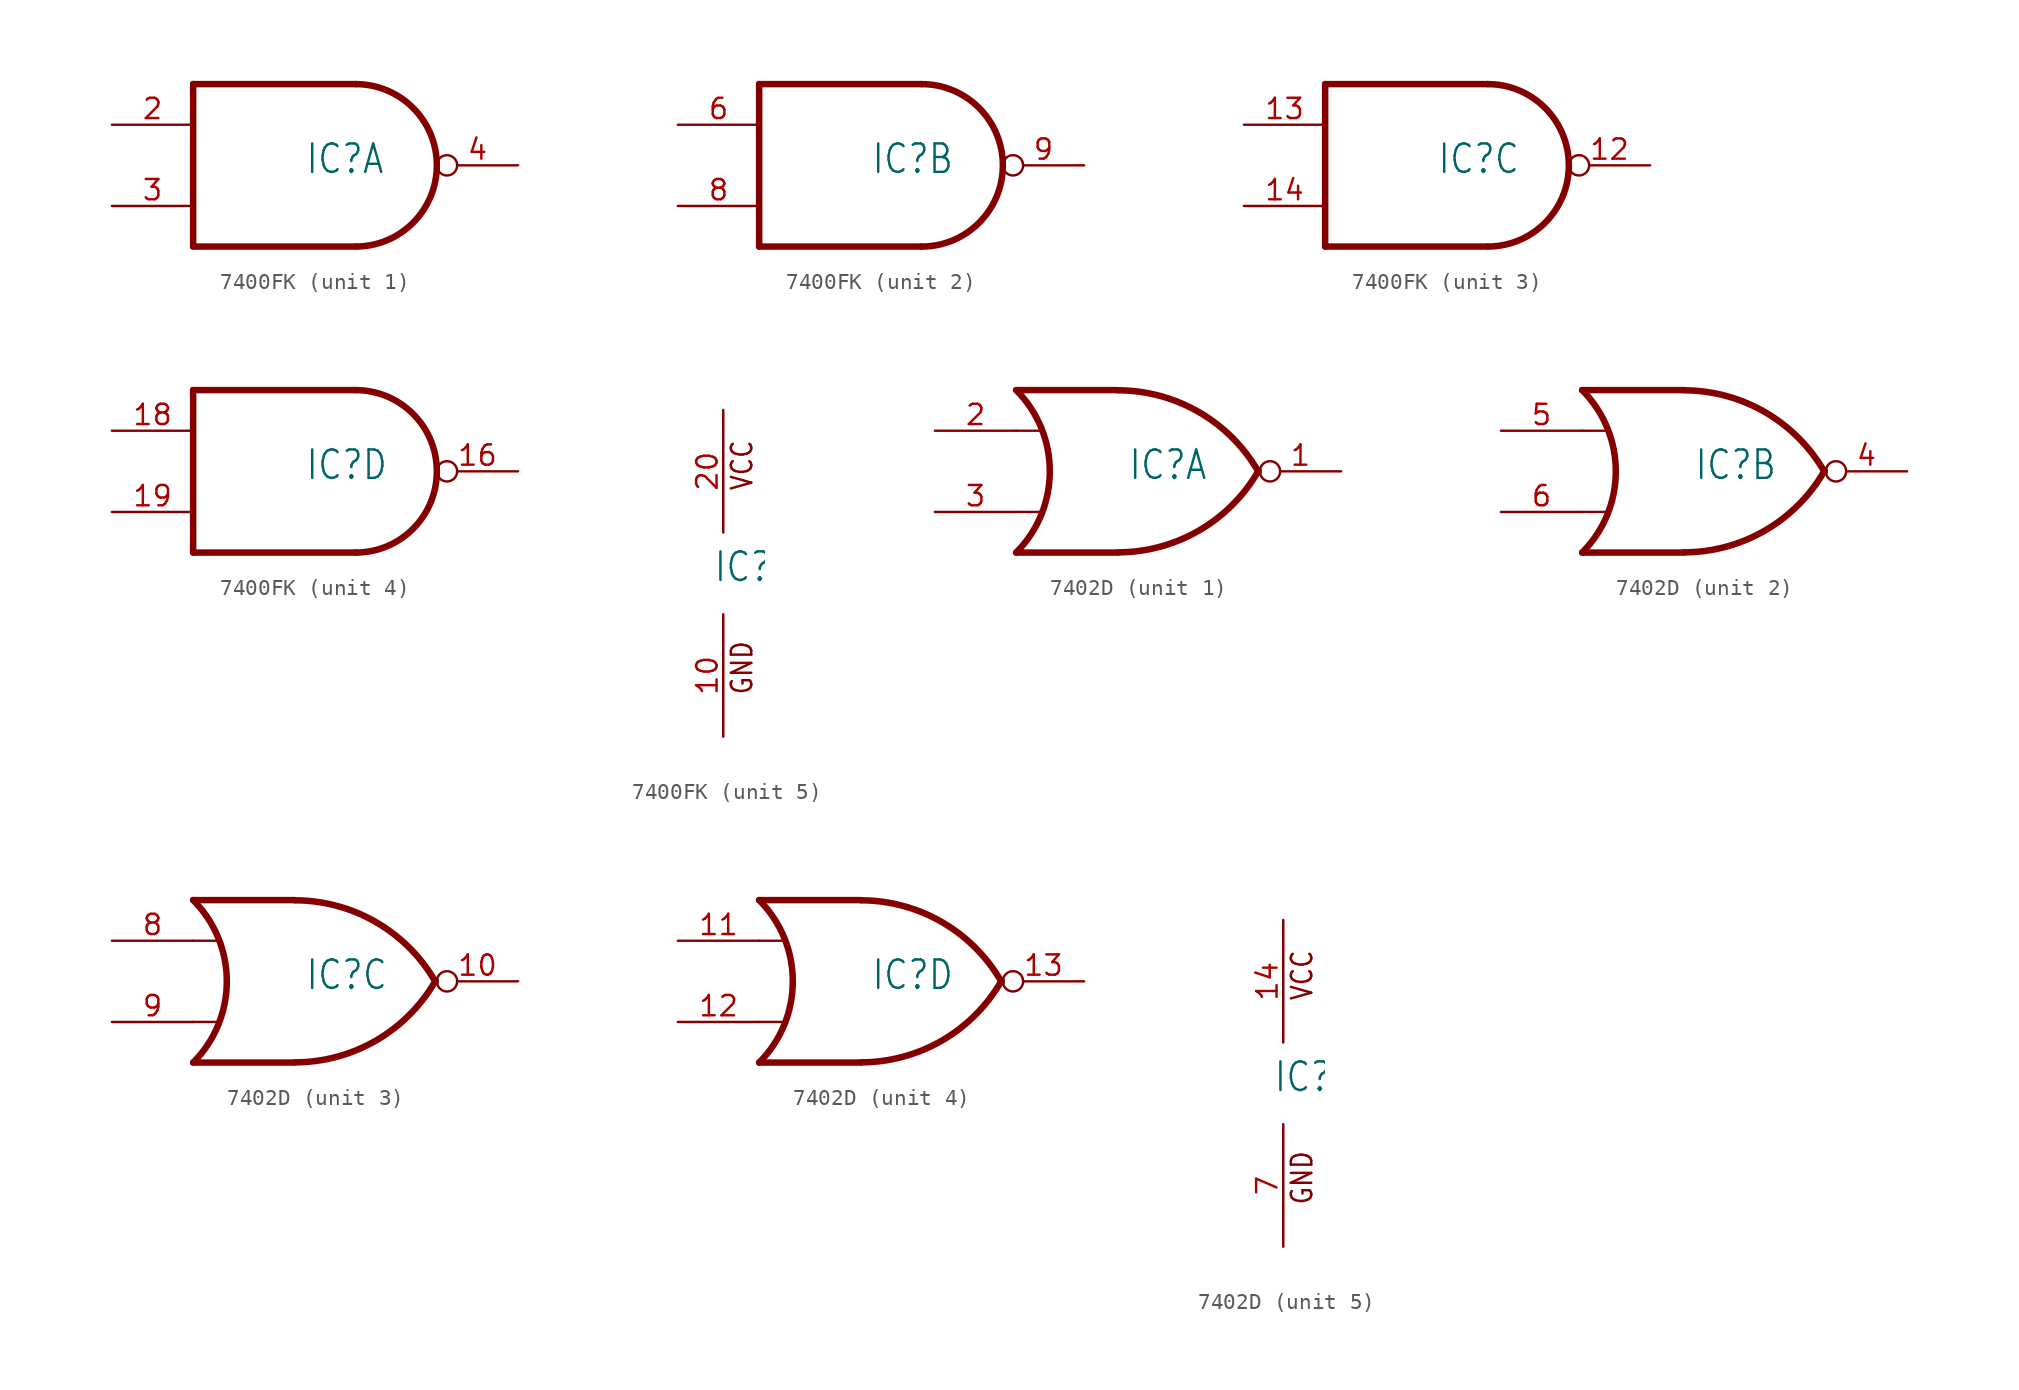
<source format=kicad_sym>
(kicad_symbol_lib
  (version 20211014)
  (generator kicad_symbol_editor)
  (symbol "7400FK"
    (property "Reference" "IC"
      (at -0.635 -0.635 0)
      (effects (font (size 1.778 1.511)) (justify left bottom)))
    (property "ki_locked" ""
      (at 0 0 0)
      (effects (font (size 1.27 1.27))))
    (symbol "7400FK_1_0"
      (polyline (pts (xy -7.62 -5.08) (xy 2.54 -5.08)) (stroke (width 0.406) (type default) (color 0 0 0 0)) (fill (type none)))
      (polyline (pts (xy -7.62 5.08) (xy -7.62 -5.08)) (stroke (width 0.406) (type default) (color 0 0 0 0)) (fill (type none)))
      (polyline (pts (xy 2.54 5.08) (xy -7.62 5.08)) (stroke (width 0.406) (type default) (color 0 0 0 0)) (fill (type none)))
      (arc (start 2.54 -5.08) (mid 7.6199 0) (end 2.54 5.08) (stroke (width 0.4064) (type default) (color 0 0 0 0)) (fill (type none)))
      (pin input line (at -12.7 2.54 0) (length 5.08) (name "I0" (effects (font (size 0 0)))) (number "2" (effects (font (size 1.27 1.27)))))
      (pin input line (at -12.7 -2.54 0) (length 5.08) (name "I1" (effects (font (size 0 0)))) (number "3" (effects (font (size 1.27 1.27)))))
      (pin output inverted (at 12.7 0 180) (length 5.08) (name "O" (effects (font (size 0 0)))) (number "4" (effects (font (size 1.27 1.27))))))
    (symbol "7400FK_2_0"
      (polyline (pts (xy -7.62 -5.08) (xy 2.54 -5.08)) (stroke (width 0.406) (type default) (color 0 0 0 0)) (fill (type none)))
      (polyline (pts (xy -7.62 5.08) (xy -7.62 -5.08)) (stroke (width 0.406) (type default) (color 0 0 0 0)) (fill (type none)))
      (polyline (pts (xy 2.54 5.08) (xy -7.62 5.08)) (stroke (width 0.406) (type default) (color 0 0 0 0)) (fill (type none)))
      (arc (start 2.54 -5.08) (mid 7.6199 0) (end 2.54 5.08) (stroke (width 0.4064) (type default) (color 0 0 0 0)) (fill (type none)))
      (pin input line (at -12.7 2.54 0) (length 5.08) (name "I0" (effects (font (size 0 0)))) (number "6" (effects (font (size 1.27 1.27)))))
      (pin input line (at -12.7 -2.54 0) (length 5.08) (name "I1" (effects (font (size 0 0)))) (number "8" (effects (font (size 1.27 1.27)))))
      (pin output inverted (at 12.7 0 180) (length 5.08) (name "O" (effects (font (size 0 0)))) (number "9" (effects (font (size 1.27 1.27))))))
    (symbol "7400FK_3_0"
      (polyline (pts (xy -7.62 -5.08) (xy 2.54 -5.08)) (stroke (width 0.406) (type default) (color 0 0 0 0)) (fill (type none)))
      (polyline (pts (xy -7.62 5.08) (xy -7.62 -5.08)) (stroke (width 0.406) (type default) (color 0 0 0 0)) (fill (type none)))
      (polyline (pts (xy 2.54 5.08) (xy -7.62 5.08)) (stroke (width 0.406) (type default) (color 0 0 0 0)) (fill (type none)))
      (arc (start 2.54 -5.08) (mid 7.6199 0) (end 2.54 5.08) (stroke (width 0.4064) (type default) (color 0 0 0 0)) (fill (type none)))
      (pin output inverted (at 12.7 0 180) (length 5.08) (name "O" (effects (font (size 0 0)))) (number "12" (effects (font (size 1.27 1.27)))))
      (pin input line (at -12.7 2.54 0) (length 5.08) (name "I0" (effects (font (size 0 0)))) (number "13" (effects (font (size 1.27 1.27)))))
      (pin input line (at -12.7 -2.54 0) (length 5.08) (name "I1" (effects (font (size 0 0)))) (number "14" (effects (font (size 1.27 1.27))))))
    (symbol "7400FK_4_0"
      (polyline (pts (xy -7.62 -5.08) (xy 2.54 -5.08)) (stroke (width 0.406) (type default) (color 0 0 0 0)) (fill (type none)))
      (polyline (pts (xy -7.62 5.08) (xy -7.62 -5.08)) (stroke (width 0.406) (type default) (color 0 0 0 0)) (fill (type none)))
      (polyline (pts (xy 2.54 5.08) (xy -7.62 5.08)) (stroke (width 0.406) (type default) (color 0 0 0 0)) (fill (type none)))
      (arc (start 2.54 -5.08) (mid 7.6199 0) (end 2.54 5.08) (stroke (width 0.4064) (type default) (color 0 0 0 0)) (fill (type none)))
      (pin output inverted (at 12.7 0 180) (length 5.08) (name "O" (effects (font (size 0 0)))) (number "16" (effects (font (size 1.27 1.27)))))
      (pin input line (at -12.7 2.54 0) (length 5.08) (name "I0" (effects (font (size 0 0)))) (number "18" (effects (font (size 1.27 1.27)))))
      (pin input line (at -12.7 -2.54 0) (length 5.08) (name "I1" (effects (font (size 0 0)))) (number "19" (effects (font (size 1.27 1.27))))))
    (symbol "7400FK_5_0"
      (text "GND" (at 1.905 -7.62 900) (effects (font (size 1.27 1.079)) (justify left bottom)))
      (text "VCC" (at 1.905 5.08 900) (effects (font (size 1.27 1.079)) (justify left bottom)))
      (pin power_in line (at 0 -10.16 90) (length 7.62) (name "GND" (effects (font (size 0 0)))) (number "10" (effects (font (size 1.27 1.27)))))
      (pin power_in line (at 0 10.16 270) (length 7.62) (name "VCC" (effects (font (size 0 0)))) (number "20" (effects (font (size 1.27 1.27)))))))
  (symbol "7402D"
    (property "Reference" "IC"
      (at -0.635 -0.635 0)
      (effects (font (size 1.778 1.511)) (justify left bottom)))
    (property "ki_locked" ""
      (at 0 0 0)
      (effects (font (size 1.27 1.27))))
    (symbol "7402D_1_0"
      (arc (start -7.62 -5.08) (mid -5.5158 0) (end -7.62 5.08) (stroke (width 0.4064) (type default) (color 0 0 0 0)) (fill (type none)))
      (arc (start -1.2446 -5.0678) (mid 3.8372 -3.689) (end 7.5439 0.0507) (stroke (width 0.4064) (type default) (color 0 0 0 0)) (fill (type none)))
      (polyline (pts (xy -7.62 -2.54) (xy -6.096 -2.54)) (stroke (width 0.152) (type default) (color 0 0 0 0)) (fill (type none)))
      (polyline (pts (xy -7.62 2.54) (xy -6.096 2.54)) (stroke (width 0.152) (type default) (color 0 0 0 0)) (fill (type none)))
      (polyline (pts (xy -1.27 -5.08) (xy -7.62 -5.08)) (stroke (width 0.406) (type default) (color 0 0 0 0)) (fill (type none)))
      (polyline (pts (xy -1.27 5.08) (xy -7.62 5.08)) (stroke (width 0.406) (type default) (color 0 0 0 0)) (fill (type none)))
      (arc (start 7.5442 -0.0505) (mid 3.8373 3.6892) (end -1.2446 5.0678) (stroke (width 0.4064) (type default) (color 0 0 0 0)) (fill (type none)))
      (pin output inverted (at 12.7 0 180) (length 5.08) (name "O" (effects (font (size 0 0)))) (number "1" (effects (font (size 1.27 1.27)))))
      (pin input line (at -12.7 2.54 0) (length 5.08) (name "I0" (effects (font (size 0 0)))) (number "2" (effects (font (size 1.27 1.27)))))
      (pin input line (at -12.7 -2.54 0) (length 5.08) (name "I1" (effects (font (size 0 0)))) (number "3" (effects (font (size 1.27 1.27))))))
    (symbol "7402D_2_0"
      (arc (start -7.62 -5.08) (mid -5.5158 0) (end -7.62 5.08) (stroke (width 0.4064) (type default) (color 0 0 0 0)) (fill (type none)))
      (arc (start -1.2446 -5.0678) (mid 3.8372 -3.689) (end 7.5439 0.0507) (stroke (width 0.4064) (type default) (color 0 0 0 0)) (fill (type none)))
      (polyline (pts (xy -7.62 -2.54) (xy -6.096 -2.54)) (stroke (width 0.152) (type default) (color 0 0 0 0)) (fill (type none)))
      (polyline (pts (xy -7.62 2.54) (xy -6.096 2.54)) (stroke (width 0.152) (type default) (color 0 0 0 0)) (fill (type none)))
      (polyline (pts (xy -1.27 -5.08) (xy -7.62 -5.08)) (stroke (width 0.406) (type default) (color 0 0 0 0)) (fill (type none)))
      (polyline (pts (xy -1.27 5.08) (xy -7.62 5.08)) (stroke (width 0.406) (type default) (color 0 0 0 0)) (fill (type none)))
      (arc (start 7.5442 -0.0505) (mid 3.8373 3.6892) (end -1.2446 5.0678) (stroke (width 0.4064) (type default) (color 0 0 0 0)) (fill (type none)))
      (pin output inverted (at 12.7 0 180) (length 5.08) (name "O" (effects (font (size 0 0)))) (number "4" (effects (font (size 1.27 1.27)))))
      (pin input line (at -12.7 2.54 0) (length 5.08) (name "I0" (effects (font (size 0 0)))) (number "5" (effects (font (size 1.27 1.27)))))
      (pin input line (at -12.7 -2.54 0) (length 5.08) (name "I1" (effects (font (size 0 0)))) (number "6" (effects (font (size 1.27 1.27))))))
    (symbol "7402D_3_0"
      (arc (start -7.62 -5.08) (mid -5.5158 0) (end -7.62 5.08) (stroke (width 0.4064) (type default) (color 0 0 0 0)) (fill (type none)))
      (arc (start -1.2446 -5.0678) (mid 3.8372 -3.689) (end 7.5439 0.0507) (stroke (width 0.4064) (type default) (color 0 0 0 0)) (fill (type none)))
      (polyline (pts (xy -7.62 -2.54) (xy -6.096 -2.54)) (stroke (width 0.152) (type default) (color 0 0 0 0)) (fill (type none)))
      (polyline (pts (xy -7.62 2.54) (xy -6.096 2.54)) (stroke (width 0.152) (type default) (color 0 0 0 0)) (fill (type none)))
      (polyline (pts (xy -1.27 -5.08) (xy -7.62 -5.08)) (stroke (width 0.406) (type default) (color 0 0 0 0)) (fill (type none)))
      (polyline (pts (xy -1.27 5.08) (xy -7.62 5.08)) (stroke (width 0.406) (type default) (color 0 0 0 0)) (fill (type none)))
      (arc (start 7.5442 -0.0505) (mid 3.8373 3.6892) (end -1.2446 5.0678) (stroke (width 0.4064) (type default) (color 0 0 0 0)) (fill (type none)))
      (pin output inverted (at 12.7 0 180) (length 5.08) (name "O" (effects (font (size 0 0)))) (number "10" (effects (font (size 1.27 1.27)))))
      (pin input line (at -12.7 2.54 0) (length 5.08) (name "I0" (effects (font (size 0 0)))) (number "8" (effects (font (size 1.27 1.27)))))
      (pin input line (at -12.7 -2.54 0) (length 5.08) (name "I1" (effects (font (size 0 0)))) (number "9" (effects (font (size 1.27 1.27))))))
    (symbol "7402D_4_0"
      (arc (start -7.62 -5.08) (mid -5.5158 0) (end -7.62 5.08) (stroke (width 0.4064) (type default) (color 0 0 0 0)) (fill (type none)))
      (arc (start -1.2446 -5.0678) (mid 3.8372 -3.689) (end 7.5439 0.0507) (stroke (width 0.4064) (type default) (color 0 0 0 0)) (fill (type none)))
      (polyline (pts (xy -7.62 -2.54) (xy -6.096 -2.54)) (stroke (width 0.152) (type default) (color 0 0 0 0)) (fill (type none)))
      (polyline (pts (xy -7.62 2.54) (xy -6.096 2.54)) (stroke (width 0.152) (type default) (color 0 0 0 0)) (fill (type none)))
      (polyline (pts (xy -1.27 -5.08) (xy -7.62 -5.08)) (stroke (width 0.406) (type default) (color 0 0 0 0)) (fill (type none)))
      (polyline (pts (xy -1.27 5.08) (xy -7.62 5.08)) (stroke (width 0.406) (type default) (color 0 0 0 0)) (fill (type none)))
      (arc (start 7.5442 -0.0505) (mid 3.8373 3.6892) (end -1.2446 5.0678) (stroke (width 0.4064) (type default) (color 0 0 0 0)) (fill (type none)))
      (pin input line (at -12.7 2.54 0) (length 5.08) (name "I0" (effects (font (size 0 0)))) (number "11" (effects (font (size 1.27 1.27)))))
      (pin input line (at -12.7 -2.54 0) (length 5.08) (name "I1" (effects (font (size 0 0)))) (number "12" (effects (font (size 1.27 1.27)))))
      (pin output inverted (at 12.7 0 180) (length 5.08) (name "O" (effects (font (size 0 0)))) (number "13" (effects (font (size 1.27 1.27))))))
    (symbol "7402D_5_0"
      (text "GND" (at 1.905 -7.62 900) (effects (font (size 1.27 1.079)) (justify left bottom)))
      (text "VCC" (at 1.905 5.08 900) (effects (font (size 1.27 1.079)) (justify left bottom)))
      (pin power_in line (at 0 10.16 270) (length 7.62) (name "VCC" (effects (font (size 0 0)))) (number "14" (effects (font (size 1.27 1.27)))))
      (pin power_in line (at 0 -10.16 90) (length 7.62) (name "GND" (effects (font (size 0 0)))) (number "7" (effects (font (size 1.27 1.27))))))))
</source>
